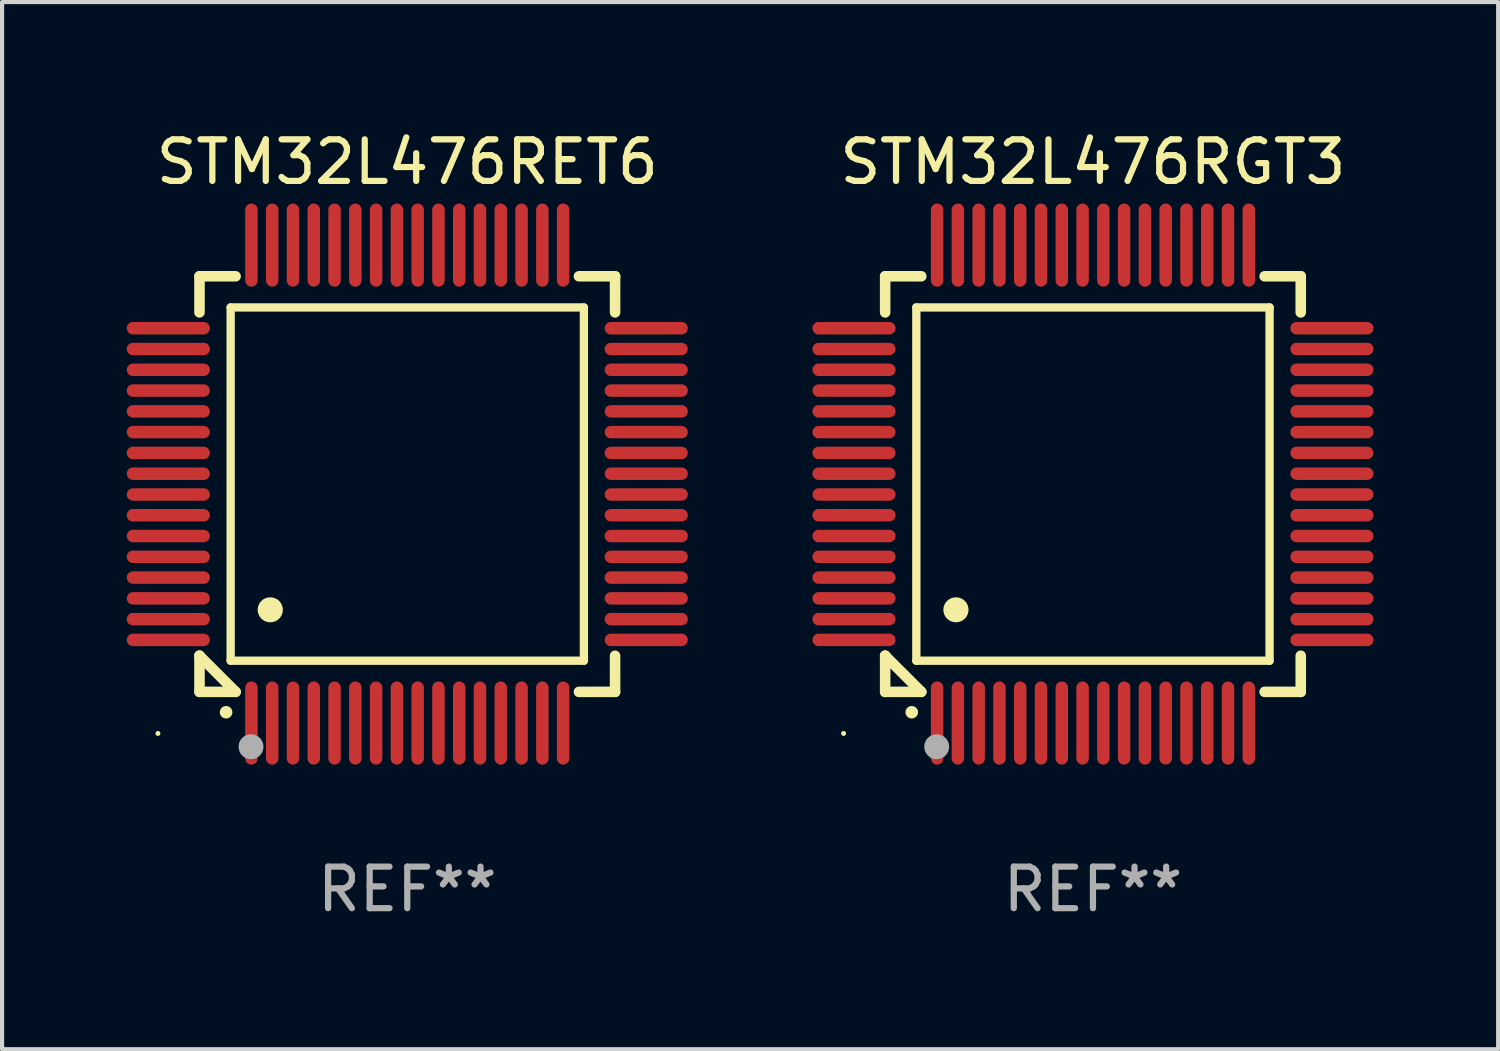
<source format=kicad_pcb>
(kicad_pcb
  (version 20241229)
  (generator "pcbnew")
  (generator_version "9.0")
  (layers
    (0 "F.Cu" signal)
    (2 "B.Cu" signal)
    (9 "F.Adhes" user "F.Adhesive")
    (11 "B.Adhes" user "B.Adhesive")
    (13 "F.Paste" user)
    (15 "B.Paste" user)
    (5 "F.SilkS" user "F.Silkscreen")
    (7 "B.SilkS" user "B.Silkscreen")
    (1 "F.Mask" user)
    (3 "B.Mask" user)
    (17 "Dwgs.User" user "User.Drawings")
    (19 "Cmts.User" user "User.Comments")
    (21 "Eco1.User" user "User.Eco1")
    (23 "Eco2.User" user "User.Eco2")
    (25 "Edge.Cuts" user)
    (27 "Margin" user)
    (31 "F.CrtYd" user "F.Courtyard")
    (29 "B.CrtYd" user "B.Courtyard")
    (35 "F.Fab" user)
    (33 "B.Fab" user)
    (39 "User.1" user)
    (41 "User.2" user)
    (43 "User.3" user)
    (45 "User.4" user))
  (footprint "STM32L476RET6"
    (layer "F.Cu")
    (at 6.75 8.598)
    (property "Reference" "STM32L476RET6" (at 0 -7.75 0) (layer "F.SilkS") (effects (font (size 1 1) (thickness 0.15))))
    (attr through_hole)
    (fp_line (start -5 -5) (end -4.131 -5) (stroke (width 0.254) (type solid)) (layer "F.SilkS"))
    (fp_line (start -5 -4.131) (end -5 -5) (stroke (width 0.254) (type solid)) (layer "F.SilkS"))
    (fp_line (start -5 4.131) (end -5 4.131) (stroke (width 0.254) (type solid)) (layer "F.SilkS"))
    (fp_line (start -5 5) (end -5 4.131) (stroke (width 0.254) (type solid)) (layer "F.SilkS"))
    (fp_line (start -5 4.131) (end -4.131 5) (stroke (width 0.254) (type solid)) (layer "F.SilkS"))
    (fp_line (start -4.25 -4.25) (end -4.25 4.25) (stroke (width 0.2) (type solid)) (layer "F.SilkS"))
    (fp_line (start -4.25 4.25) (end 4.25 4.25) (stroke (width 0.2) (type solid)) (layer "F.SilkS"))
    (fp_line (start -4.131 5) (end -5 5) (stroke (width 0.254) (type solid)) (layer "F.SilkS"))
    (fp_line (start 4.25 -4.25) (end -4.25 -4.25) (stroke (width 0.2) (type solid)) (layer "F.SilkS"))
    (fp_line (start 4.25 4.25) (end 4.25 -4.25) (stroke (width 0.2) (type solid)) (layer "F.SilkS"))
    (fp_line (start 5 -5) (end 4.131 -5) (stroke (width 0.254) (type solid)) (layer "F.SilkS"))
    (fp_line (start 5 -5) (end 5 -4.131) (stroke (width 0.254) (type solid)) (layer "F.SilkS"))
    (fp_line (start 5 4.131) (end 5 5) (stroke (width 0.254) (type solid)) (layer "F.SilkS"))
    (fp_line (start 5 5) (end 4.131 5) (stroke (width 0.254) (type solid)) (layer "F.SilkS"))
    (fp_arc (start -4.361265 5.489992) (mid -4.359995 5.489987) (end -4.358725 5.489992) (stroke (width 0.3) (type solid)) (layer "F.SilkS"))
    (fp_arc (start -3.299467 3.025146) (mid -3.296927 3.025135) (end -3.294387 3.025146) (stroke (width 0.6) (type solid)) (layer "F.SilkS"))
    (fp_circle (center -6 6) (end -5.97 6) (stroke (width 0.06) (type solid)) (fill no) (layer "F.SilkS"))
    (fp_circle (center -3.76 6.32) (end -3.61 6.32) (stroke (width 0.3) (type solid)) (fill no) (layer "F.Fab"))
    (fp_text user "REF**" (at 0 9.75 0) (layer "F.Fab") (effects (font (size 1 1) (thickness 0.15))))
    (pad "1" smd oval (at -3.75 5.75) (size 0.3 2) (layers "F.Cu" "F.Mask" "F.Paste"))
    (pad "2" smd oval (at -3.25 5.75) (size 0.3 2) (layers "F.Cu" "F.Mask" "F.Paste"))
    (pad "3" smd oval (at -2.75 5.75) (size 0.3 2) (layers "F.Cu" "F.Mask" "F.Paste"))
    (pad "4" smd oval (at -2.25 5.75) (size 0.3 2) (layers "F.Cu" "F.Mask" "F.Paste"))
    (pad "5" smd oval (at -1.75 5.75) (size 0.3 2) (layers "F.Cu" "F.Mask" "F.Paste"))
    (pad "6" smd oval (at -1.25 5.75) (size 0.3 2) (layers "F.Cu" "F.Mask" "F.Paste"))
    (pad "7" smd oval (at -0.75 5.75) (size 0.3 2) (layers "F.Cu" "F.Mask" "F.Paste"))
    (pad "8" smd oval (at -0.25 5.75) (size 0.3 2) (layers "F.Cu" "F.Mask" "F.Paste"))
    (pad "9" smd oval (at 0.25 5.75) (size 0.3 2) (layers "F.Cu" "F.Mask" "F.Paste"))
    (pad "10" smd oval (at 0.75 5.75) (size 0.3 2) (layers "F.Cu" "F.Mask" "F.Paste"))
    (pad "11" smd oval (at 1.25 5.75) (size 0.3 2) (layers "F.Cu" "F.Mask" "F.Paste"))
    (pad "12" smd oval (at 1.75 5.75) (size 0.3 2) (layers "F.Cu" "F.Mask" "F.Paste"))
    (pad "13" smd oval (at 2.25 5.75) (size 0.3 2) (layers "F.Cu" "F.Mask" "F.Paste"))
    (pad "14" smd oval (at 2.75 5.75) (size 0.3 2) (layers "F.Cu" "F.Mask" "F.Paste"))
    (pad "15" smd oval (at 3.25 5.75) (size 0.3 2) (layers "F.Cu" "F.Mask" "F.Paste"))
    (pad "16" smd oval (at 3.75 5.75) (size 0.3 2) (layers "F.Cu" "F.Mask" "F.Paste"))
    (pad "17" smd oval (at 5.75 3.75) (size 2 0.3) (layers "F.Cu" "F.Mask" "F.Paste"))
    (pad "18" smd oval (at 5.75 3.25) (size 2 0.3) (layers "F.Cu" "F.Mask" "F.Paste"))
    (pad "19" smd oval (at 5.75 2.75) (size 2 0.3) (layers "F.Cu" "F.Mask" "F.Paste"))
    (pad "20" smd oval (at 5.75 2.25) (size 2 0.3) (layers "F.Cu" "F.Mask" "F.Paste"))
    (pad "21" smd oval (at 5.75 1.75) (size 2 0.3) (layers "F.Cu" "F.Mask" "F.Paste"))
    (pad "22" smd oval (at 5.75 1.25) (size 2 0.3) (layers "F.Cu" "F.Mask" "F.Paste"))
    (pad "23" smd oval (at 5.75 0.75) (size 2 0.3) (layers "F.Cu" "F.Mask" "F.Paste"))
    (pad "24" smd oval (at 5.75 0.25) (size 2 0.3) (layers "F.Cu" "F.Mask" "F.Paste"))
    (pad "25" smd oval (at 5.75 -0.25) (size 2 0.3) (layers "F.Cu" "F.Mask" "F.Paste"))
    (pad "26" smd oval (at 5.75 -0.75) (size 2 0.3) (layers "F.Cu" "F.Mask" "F.Paste"))
    (pad "27" smd oval (at 5.75 -1.25) (size 2 0.3) (layers "F.Cu" "F.Mask" "F.Paste"))
    (pad "28" smd oval (at 5.75 -1.75) (size 2 0.3) (layers "F.Cu" "F.Mask" "F.Paste"))
    (pad "29" smd oval (at 5.75 -2.25) (size 2 0.3) (layers "F.Cu" "F.Mask" "F.Paste"))
    (pad "30" smd oval (at 5.75 -2.75) (size 2 0.3) (layers "F.Cu" "F.Mask" "F.Paste"))
    (pad "31" smd oval (at 5.75 -3.25) (size 2 0.3) (layers "F.Cu" "F.Mask" "F.Paste"))
    (pad "32" smd oval (at 5.75 -3.75) (size 2 0.3) (layers "F.Cu" "F.Mask" "F.Paste"))
    (pad "33" smd oval (at 3.75 -5.75) (size 0.3 2) (layers "F.Cu" "F.Mask" "F.Paste"))
    (pad "34" smd oval (at 3.25 -5.75) (size 0.3 2) (layers "F.Cu" "F.Mask" "F.Paste"))
    (pad "35" smd oval (at 2.75 -5.75) (size 0.3 2) (layers "F.Cu" "F.Mask" "F.Paste"))
    (pad "36" smd oval (at 2.25 -5.75) (size 0.3 2) (layers "F.Cu" "F.Mask" "F.Paste"))
    (pad "37" smd oval (at 1.75 -5.75) (size 0.3 2) (layers "F.Cu" "F.Mask" "F.Paste"))
    (pad "38" smd oval (at 1.25 -5.75) (size 0.3 2) (layers "F.Cu" "F.Mask" "F.Paste"))
    (pad "39" smd oval (at 0.75 -5.75) (size 0.3 2) (layers "F.Cu" "F.Mask" "F.Paste"))
    (pad "40" smd oval (at 0.25 -5.75) (size 0.3 2) (layers "F.Cu" "F.Mask" "F.Paste"))
    (pad "41" smd oval (at -0.25 -5.75) (size 0.3 2) (layers "F.Cu" "F.Mask" "F.Paste"))
    (pad "42" smd oval (at -0.75 -5.75) (size 0.3 2) (layers "F.Cu" "F.Mask" "F.Paste"))
    (pad "43" smd oval (at -1.25 -5.75) (size 0.3 2) (layers "F.Cu" "F.Mask" "F.Paste"))
    (pad "44" smd oval (at -1.75 -5.75) (size 0.3 2) (layers "F.Cu" "F.Mask" "F.Paste"))
    (pad "45" smd oval (at -2.25 -5.75) (size 0.3 2) (layers "F.Cu" "F.Mask" "F.Paste"))
    (pad "46" smd oval (at -2.75 -5.75) (size 0.3 2) (layers "F.Cu" "F.Mask" "F.Paste"))
    (pad "47" smd oval (at -3.25 -5.75) (size 0.3 2) (layers "F.Cu" "F.Mask" "F.Paste"))
    (pad "48" smd oval (at -3.75 -5.75) (size 0.3 2) (layers "F.Cu" "F.Mask" "F.Paste"))
    (pad "49" smd oval (at -5.75 -3.75) (size 2 0.3) (layers "F.Cu" "F.Mask" "F.Paste"))
    (pad "50" smd oval (at -5.75 -3.25) (size 2 0.3) (layers "F.Cu" "F.Mask" "F.Paste"))
    (pad "51" smd oval (at -5.75 -2.75) (size 2 0.3) (layers "F.Cu" "F.Mask" "F.Paste"))
    (pad "52" smd oval (at -5.75 -2.25) (size 2 0.3) (layers "F.Cu" "F.Mask" "F.Paste"))
    (pad "53" smd oval (at -5.75 -1.75) (size 2 0.3) (layers "F.Cu" "F.Mask" "F.Paste"))
    (pad "54" smd oval (at -5.75 -1.25) (size 2 0.3) (layers "F.Cu" "F.Mask" "F.Paste"))
    (pad "55" smd oval (at -5.75 -0.75) (size 2 0.3) (layers "F.Cu" "F.Mask" "F.Paste"))
    (pad "56" smd oval (at -5.75 -0.25) (size 2 0.3) (layers "F.Cu" "F.Mask" "F.Paste"))
    (pad "57" smd oval (at -5.75 0.25) (size 2 0.3) (layers "F.Cu" "F.Mask" "F.Paste"))
    (pad "58" smd oval (at -5.75 0.75) (size 2 0.3) (layers "F.Cu" "F.Mask" "F.Paste"))
    (pad "59" smd oval (at -5.75 1.25) (size 2 0.3) (layers "F.Cu" "F.Mask" "F.Paste"))
    (pad "60" smd oval (at -5.75 1.75) (size 2 0.3) (layers "F.Cu" "F.Mask" "F.Paste"))
    (pad "61" smd oval (at -5.75 2.25) (size 2 0.3) (layers "F.Cu" "F.Mask" "F.Paste"))
    (pad "62" smd oval (at -5.75 2.75) (size 2 0.3) (layers "F.Cu" "F.Mask" "F.Paste"))
    (pad "63" smd oval (at -5.75 3.25) (size 2 0.3) (layers "F.Cu" "F.Mask" "F.Paste"))
    (pad "64" smd oval (at -5.75 3.75) (size 2 0.3) (layers "F.Cu" "F.Mask" "F.Paste")))
  (footprint "STM32L476RGT3"
    (layer "F.Cu")
    (at 23.249 8.598)
    (property "Reference" "STM32L476RGT3" (at 0 -7.75 0) (layer "F.SilkS") (effects (font (size 1 1) (thickness 0.15))))
    (attr through_hole)
    (fp_line (start -5 -5) (end -4.131 -5) (stroke (width 0.254) (type solid)) (layer "F.SilkS"))
    (fp_line (start -5 -4.131) (end -5 -5) (stroke (width 0.254) (type solid)) (layer "F.SilkS"))
    (fp_line (start -5 4.131) (end -5 4.131) (stroke (width 0.254) (type solid)) (layer "F.SilkS"))
    (fp_line (start -5 5) (end -5 4.131) (stroke (width 0.254) (type solid)) (layer "F.SilkS"))
    (fp_line (start -5 4.131) (end -4.131 5) (stroke (width 0.254) (type solid)) (layer "F.SilkS"))
    (fp_line (start -4.25 -4.25) (end -4.25 4.25) (stroke (width 0.2) (type solid)) (layer "F.SilkS"))
    (fp_line (start -4.25 4.25) (end 4.25 4.25) (stroke (width 0.2) (type solid)) (layer "F.SilkS"))
    (fp_line (start -4.131 5) (end -5 5) (stroke (width 0.254) (type solid)) (layer "F.SilkS"))
    (fp_line (start 4.25 -4.25) (end -4.25 -4.25) (stroke (width 0.2) (type solid)) (layer "F.SilkS"))
    (fp_line (start 4.25 4.25) (end 4.25 -4.25) (stroke (width 0.2) (type solid)) (layer "F.SilkS"))
    (fp_line (start 5 -5) (end 4.131 -5) (stroke (width 0.254) (type solid)) (layer "F.SilkS"))
    (fp_line (start 5 -5) (end 5 -4.131) (stroke (width 0.254) (type solid)) (layer "F.SilkS"))
    (fp_line (start 5 4.131) (end 5 5) (stroke (width 0.254) (type solid)) (layer "F.SilkS"))
    (fp_line (start 5 5) (end 4.131 5) (stroke (width 0.254) (type solid)) (layer "F.SilkS"))
    (fp_arc (start -4.361265 5.489992) (mid -4.359995 5.489987) (end -4.358725 5.489992) (stroke (width 0.3) (type solid)) (layer "F.SilkS"))
    (fp_arc (start -3.299467 3.025146) (mid -3.296927 3.025135) (end -3.294387 3.025146) (stroke (width 0.6) (type solid)) (layer "F.SilkS"))
    (fp_circle (center -6 6) (end -5.97 6) (stroke (width 0.06) (type solid)) (fill no) (layer "F.SilkS"))
    (fp_circle (center -3.76 6.32) (end -3.61 6.32) (stroke (width 0.3) (type solid)) (fill no) (layer "F.Fab"))
    (fp_text user "REF**" (at 0 9.75 0) (layer "F.Fab") (effects (font (size 1 1) (thickness 0.15))))
    (pad "1" smd oval (at -3.75 5.75) (size 0.3 2) (layers "F.Cu" "F.Mask" "F.Paste"))
    (pad "2" smd oval (at -3.25 5.75) (size 0.3 2) (layers "F.Cu" "F.Mask" "F.Paste"))
    (pad "3" smd oval (at -2.75 5.75) (size 0.3 2) (layers "F.Cu" "F.Mask" "F.Paste"))
    (pad "4" smd oval (at -2.25 5.75) (size 0.3 2) (layers "F.Cu" "F.Mask" "F.Paste"))
    (pad "5" smd oval (at -1.75 5.75) (size 0.3 2) (layers "F.Cu" "F.Mask" "F.Paste"))
    (pad "6" smd oval (at -1.25 5.75) (size 0.3 2) (layers "F.Cu" "F.Mask" "F.Paste"))
    (pad "7" smd oval (at -0.75 5.75) (size 0.3 2) (layers "F.Cu" "F.Mask" "F.Paste"))
    (pad "8" smd oval (at -0.25 5.75) (size 0.3 2) (layers "F.Cu" "F.Mask" "F.Paste"))
    (pad "9" smd oval (at 0.25 5.75) (size 0.3 2) (layers "F.Cu" "F.Mask" "F.Paste"))
    (pad "10" smd oval (at 0.75 5.75) (size 0.3 2) (layers "F.Cu" "F.Mask" "F.Paste"))
    (pad "11" smd oval (at 1.25 5.75) (size 0.3 2) (layers "F.Cu" "F.Mask" "F.Paste"))
    (pad "12" smd oval (at 1.75 5.75) (size 0.3 2) (layers "F.Cu" "F.Mask" "F.Paste"))
    (pad "13" smd oval (at 2.25 5.75) (size 0.3 2) (layers "F.Cu" "F.Mask" "F.Paste"))
    (pad "14" smd oval (at 2.75 5.75) (size 0.3 2) (layers "F.Cu" "F.Mask" "F.Paste"))
    (pad "15" smd oval (at 3.25 5.75) (size 0.3 2) (layers "F.Cu" "F.Mask" "F.Paste"))
    (pad "16" smd oval (at 3.75 5.75) (size 0.3 2) (layers "F.Cu" "F.Mask" "F.Paste"))
    (pad "17" smd oval (at 5.75 3.75) (size 2 0.3) (layers "F.Cu" "F.Mask" "F.Paste"))
    (pad "18" smd oval (at 5.75 3.25) (size 2 0.3) (layers "F.Cu" "F.Mask" "F.Paste"))
    (pad "19" smd oval (at 5.75 2.75) (size 2 0.3) (layers "F.Cu" "F.Mask" "F.Paste"))
    (pad "20" smd oval (at 5.75 2.25) (size 2 0.3) (layers "F.Cu" "F.Mask" "F.Paste"))
    (pad "21" smd oval (at 5.75 1.75) (size 2 0.3) (layers "F.Cu" "F.Mask" "F.Paste"))
    (pad "22" smd oval (at 5.75 1.25) (size 2 0.3) (layers "F.Cu" "F.Mask" "F.Paste"))
    (pad "23" smd oval (at 5.75 0.75) (size 2 0.3) (layers "F.Cu" "F.Mask" "F.Paste"))
    (pad "24" smd oval (at 5.75 0.25) (size 2 0.3) (layers "F.Cu" "F.Mask" "F.Paste"))
    (pad "25" smd oval (at 5.75 -0.25) (size 2 0.3) (layers "F.Cu" "F.Mask" "F.Paste"))
    (pad "26" smd oval (at 5.75 -0.75) (size 2 0.3) (layers "F.Cu" "F.Mask" "F.Paste"))
    (pad "27" smd oval (at 5.75 -1.25) (size 2 0.3) (layers "F.Cu" "F.Mask" "F.Paste"))
    (pad "28" smd oval (at 5.75 -1.75) (size 2 0.3) (layers "F.Cu" "F.Mask" "F.Paste"))
    (pad "29" smd oval (at 5.75 -2.25) (size 2 0.3) (layers "F.Cu" "F.Mask" "F.Paste"))
    (pad "30" smd oval (at 5.75 -2.75) (size 2 0.3) (layers "F.Cu" "F.Mask" "F.Paste"))
    (pad "31" smd oval (at 5.75 -3.25) (size 2 0.3) (layers "F.Cu" "F.Mask" "F.Paste"))
    (pad "32" smd oval (at 5.75 -3.75) (size 2 0.3) (layers "F.Cu" "F.Mask" "F.Paste"))
    (pad "33" smd oval (at 3.75 -5.75) (size 0.3 2) (layers "F.Cu" "F.Mask" "F.Paste"))
    (pad "34" smd oval (at 3.25 -5.75) (size 0.3 2) (layers "F.Cu" "F.Mask" "F.Paste"))
    (pad "35" smd oval (at 2.75 -5.75) (size 0.3 2) (layers "F.Cu" "F.Mask" "F.Paste"))
    (pad "36" smd oval (at 2.25 -5.75) (size 0.3 2) (layers "F.Cu" "F.Mask" "F.Paste"))
    (pad "37" smd oval (at 1.75 -5.75) (size 0.3 2) (layers "F.Cu" "F.Mask" "F.Paste"))
    (pad "38" smd oval (at 1.25 -5.75) (size 0.3 2) (layers "F.Cu" "F.Mask" "F.Paste"))
    (pad "39" smd oval (at 0.75 -5.75) (size 0.3 2) (layers "F.Cu" "F.Mask" "F.Paste"))
    (pad "40" smd oval (at 0.25 -5.75) (size 0.3 2) (layers "F.Cu" "F.Mask" "F.Paste"))
    (pad "41" smd oval (at -0.25 -5.75) (size 0.3 2) (layers "F.Cu" "F.Mask" "F.Paste"))
    (pad "42" smd oval (at -0.75 -5.75) (size 0.3 2) (layers "F.Cu" "F.Mask" "F.Paste"))
    (pad "43" smd oval (at -1.25 -5.75) (size 0.3 2) (layers "F.Cu" "F.Mask" "F.Paste"))
    (pad "44" smd oval (at -1.75 -5.75) (size 0.3 2) (layers "F.Cu" "F.Mask" "F.Paste"))
    (pad "45" smd oval (at -2.25 -5.75) (size 0.3 2) (layers "F.Cu" "F.Mask" "F.Paste"))
    (pad "46" smd oval (at -2.75 -5.75) (size 0.3 2) (layers "F.Cu" "F.Mask" "F.Paste"))
    (pad "47" smd oval (at -3.25 -5.75) (size 0.3 2) (layers "F.Cu" "F.Mask" "F.Paste"))
    (pad "48" smd oval (at -3.75 -5.75) (size 0.3 2) (layers "F.Cu" "F.Mask" "F.Paste"))
    (pad "49" smd oval (at -5.75 -3.75) (size 2 0.3) (layers "F.Cu" "F.Mask" "F.Paste"))
    (pad "50" smd oval (at -5.75 -3.25) (size 2 0.3) (layers "F.Cu" "F.Mask" "F.Paste"))
    (pad "51" smd oval (at -5.75 -2.75) (size 2 0.3) (layers "F.Cu" "F.Mask" "F.Paste"))
    (pad "52" smd oval (at -5.75 -2.25) (size 2 0.3) (layers "F.Cu" "F.Mask" "F.Paste"))
    (pad "53" smd oval (at -5.75 -1.75) (size 2 0.3) (layers "F.Cu" "F.Mask" "F.Paste"))
    (pad "54" smd oval (at -5.75 -1.25) (size 2 0.3) (layers "F.Cu" "F.Mask" "F.Paste"))
    (pad "55" smd oval (at -5.75 -0.75) (size 2 0.3) (layers "F.Cu" "F.Mask" "F.Paste"))
    (pad "56" smd oval (at -5.75 -0.25) (size 2 0.3) (layers "F.Cu" "F.Mask" "F.Paste"))
    (pad "57" smd oval (at -5.75 0.25) (size 2 0.3) (layers "F.Cu" "F.Mask" "F.Paste"))
    (pad "58" smd oval (at -5.75 0.75) (size 2 0.3) (layers "F.Cu" "F.Mask" "F.Paste"))
    (pad "59" smd oval (at -5.75 1.25) (size 2 0.3) (layers "F.Cu" "F.Mask" "F.Paste"))
    (pad "60" smd oval (at -5.75 1.75) (size 2 0.3) (layers "F.Cu" "F.Mask" "F.Paste"))
    (pad "61" smd oval (at -5.75 2.25) (size 2 0.3) (layers "F.Cu" "F.Mask" "F.Paste"))
    (pad "62" smd oval (at -5.75 2.75) (size 2 0.3) (layers "F.Cu" "F.Mask" "F.Paste"))
    (pad "63" smd oval (at -5.75 3.25) (size 2 0.3) (layers "F.Cu" "F.Mask" "F.Paste"))
    (pad "64" smd oval (at -5.75 3.75) (size 2 0.3) (layers "F.Cu" "F.Mask" "F.Paste")))
  (gr_rect
    (start -3 -3)
    (end 32.999 22.196)
    (stroke (width 0.1) (type default))
    (fill no)
    (layer "Edge.Cuts")))
</source>
